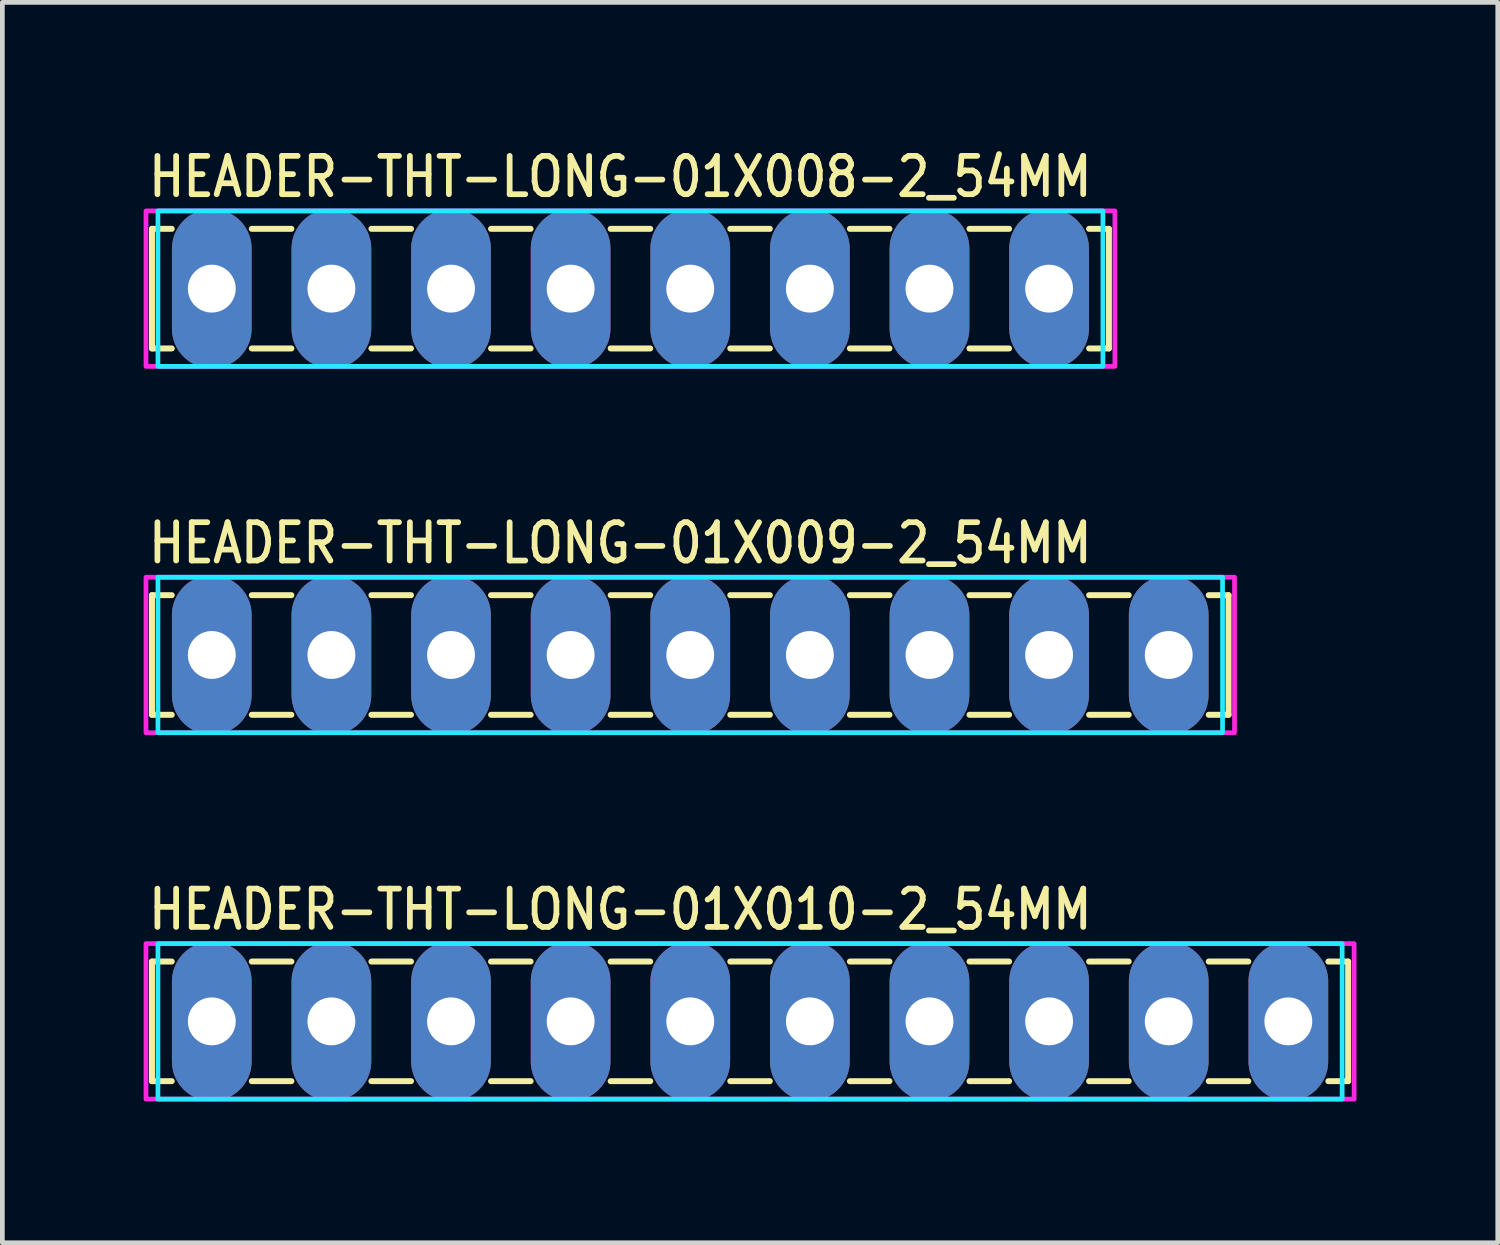
<source format=kicad_pcb>
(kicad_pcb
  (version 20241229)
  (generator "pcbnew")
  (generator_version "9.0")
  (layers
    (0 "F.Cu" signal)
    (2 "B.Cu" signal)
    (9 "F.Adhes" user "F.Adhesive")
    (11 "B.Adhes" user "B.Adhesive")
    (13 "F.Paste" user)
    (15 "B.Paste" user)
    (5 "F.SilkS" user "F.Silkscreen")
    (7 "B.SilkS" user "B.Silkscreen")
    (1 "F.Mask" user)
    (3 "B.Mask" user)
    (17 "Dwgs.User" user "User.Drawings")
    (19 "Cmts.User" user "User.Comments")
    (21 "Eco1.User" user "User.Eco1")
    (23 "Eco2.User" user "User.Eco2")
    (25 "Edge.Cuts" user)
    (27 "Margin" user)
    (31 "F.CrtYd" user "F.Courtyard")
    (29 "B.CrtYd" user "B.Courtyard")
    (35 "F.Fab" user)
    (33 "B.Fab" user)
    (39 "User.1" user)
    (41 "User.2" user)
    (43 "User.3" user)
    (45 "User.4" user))
  (footprint "HEADER-THT-LONG-01X008-2_54MM"
    (layer "F.Cu")
    (at 1.447 3.079)
    (property "Reference" "HEADER-THT-LONG-01X008-2_54MM" (at -1.4 -1.9 0) (unlocked yes) (layer "F.SilkS") (effects (font (size 0.813 0.695) (thickness 0.122)) (justify left bottom)))
    (fp_line (start -1.27 -1.27) (end -1.27 1.27) (stroke (width 0.127) (type solid)) (layer "F.SilkS"))
    (fp_line (start -1.27 1.27) (end -0.85 1.27) (stroke (width 0.127) (type solid)) (layer "F.SilkS"))
    (fp_line (start -0.85 -1.27) (end -1.27 -1.27) (stroke (width 0.127) (type solid)) (layer "F.SilkS"))
    (fp_line (start 0.85 -1.27) (end 1.69 -1.27) (stroke (width 0.127) (type solid)) (layer "F.SilkS"))
    (fp_line (start 0.85 1.27) (end 1.69 1.27) (stroke (width 0.127) (type solid)) (layer "F.SilkS"))
    (fp_line (start 3.39 -1.27) (end 4.23 -1.27) (stroke (width 0.127) (type solid)) (layer "F.SilkS"))
    (fp_line (start 3.39 1.27) (end 4.23 1.27) (stroke (width 0.127) (type solid)) (layer "F.SilkS"))
    (fp_line (start 5.93 -1.27) (end 6.77 -1.27) (stroke (width 0.127) (type solid)) (layer "F.SilkS"))
    (fp_line (start 5.93 1.27) (end 6.77 1.27) (stroke (width 0.127) (type solid)) (layer "F.SilkS"))
    (fp_line (start 8.47 -1.27) (end 9.31 -1.27) (stroke (width 0.127) (type solid)) (layer "F.SilkS"))
    (fp_line (start 8.47 1.27) (end 9.31 1.27) (stroke (width 0.127) (type solid)) (layer "F.SilkS"))
    (fp_line (start 11.01 -1.27) (end 11.85 -1.27) (stroke (width 0.127) (type solid)) (layer "F.SilkS"))
    (fp_line (start 11.01 1.27) (end 11.85 1.27) (stroke (width 0.127) (type solid)) (layer "F.SilkS"))
    (fp_line (start 13.55 -1.27) (end 14.39 -1.27) (stroke (width 0.127) (type solid)) (layer "F.SilkS"))
    (fp_line (start 13.55 1.27) (end 14.39 1.27) (stroke (width 0.127) (type solid)) (layer "F.SilkS"))
    (fp_line (start 16.09 -1.27) (end 16.93 -1.27) (stroke (width 0.127) (type solid)) (layer "F.SilkS"))
    (fp_line (start 16.09 1.27) (end 16.93 1.27) (stroke (width 0.127) (type solid)) (layer "F.SilkS"))
    (fp_line (start 18.63 -1.27) (end 19.05 -1.27) (stroke (width 0.127) (type solid)) (layer "F.SilkS"))
    (fp_line (start 19.05 -1.27) (end 19.05 1.27) (stroke (width 0.127) (type solid)) (layer "F.SilkS"))
    (fp_line (start 19.05 1.27) (end 18.63 1.27) (stroke (width 0.127) (type solid)) (layer "F.SilkS"))
    (fp_poly (pts (xy -1.143 -1.651) (xy 18.923 -1.651) (xy 18.923 1.651) (xy -1.143 1.651)) (stroke (width 0.1) (type solid)) (fill no) (layer "B.CrtYd"))
    (fp_poly (pts (xy -1.397 -1.651) (xy 19.177 -1.651) (xy 19.177 1.651) (xy -1.397 1.651)) (stroke (width 0.1) (type solid)) (fill no) (layer "F.CrtYd"))
    (pad "P$1" thru_hole oval (at 0 0 90) (size 3.387 1.693) (drill 1.016) (layers "*.Cu" "*.Mask"))
    (pad "P$2" thru_hole oval (at 2.54 0 90) (size 3.387 1.693) (drill 1.016) (layers "*.Cu" "*.Mask"))
    (pad "P$3" thru_hole oval (at 5.08 0 90) (size 3.387 1.693) (drill 1.016) (layers "*.Cu" "*.Mask"))
    (pad "P$4" thru_hole oval (at 7.62 0 90) (size 3.387 1.693) (drill 1.016) (layers "*.Cu" "*.Mask"))
    (pad "P$5" thru_hole oval (at 10.16 0 90) (size 3.387 1.693) (drill 1.016) (layers "*.Cu" "*.Mask"))
    (pad "P$6" thru_hole oval (at 12.7 0 90) (size 3.387 1.693) (drill 1.016) (layers "*.Cu" "*.Mask"))
    (pad "P$7" thru_hole oval (at 15.24 0 90) (size 3.387 1.693) (drill 1.016) (layers "*.Cu" "*.Mask"))
    (pad "P$8" thru_hole oval (at 17.78 0 90) (size 3.387 1.693) (drill 1.016) (layers "*.Cu" "*.Mask")))
  (footprint "HEADER-THT-LONG-01X010-2_54MM"
    (layer "F.Cu")
    (at 1.447 18.638)
    (property "Reference" "HEADER-THT-LONG-01X010-2_54MM" (at -1.4 -1.9 0) (unlocked yes) (layer "F.SilkS") (effects (font (size 0.813 0.695) (thickness 0.122)) (justify left bottom)))
    (fp_line (start -1.27 -1.27) (end -1.27 1.27) (stroke (width 0.127) (type solid)) (layer "F.SilkS"))
    (fp_line (start -1.27 1.27) (end -0.85 1.27) (stroke (width 0.127) (type solid)) (layer "F.SilkS"))
    (fp_line (start -0.85 -1.27) (end -1.27 -1.27) (stroke (width 0.127) (type solid)) (layer "F.SilkS"))
    (fp_line (start 0.85 -1.27) (end 1.69 -1.27) (stroke (width 0.127) (type solid)) (layer "F.SilkS"))
    (fp_line (start 0.85 1.27) (end 1.69 1.27) (stroke (width 0.127) (type solid)) (layer "F.SilkS"))
    (fp_line (start 3.39 -1.27) (end 4.23 -1.27) (stroke (width 0.127) (type solid)) (layer "F.SilkS"))
    (fp_line (start 3.39 1.27) (end 4.23 1.27) (stroke (width 0.127) (type solid)) (layer "F.SilkS"))
    (fp_line (start 5.93 -1.27) (end 6.77 -1.27) (stroke (width 0.127) (type solid)) (layer "F.SilkS"))
    (fp_line (start 5.93 1.27) (end 6.77 1.27) (stroke (width 0.127) (type solid)) (layer "F.SilkS"))
    (fp_line (start 8.47 -1.27) (end 9.31 -1.27) (stroke (width 0.127) (type solid)) (layer "F.SilkS"))
    (fp_line (start 8.47 1.27) (end 9.31 1.27) (stroke (width 0.127) (type solid)) (layer "F.SilkS"))
    (fp_line (start 11.01 -1.27) (end 11.85 -1.27) (stroke (width 0.127) (type solid)) (layer "F.SilkS"))
    (fp_line (start 11.01 1.27) (end 11.85 1.27) (stroke (width 0.127) (type solid)) (layer "F.SilkS"))
    (fp_line (start 13.55 -1.27) (end 14.39 -1.27) (stroke (width 0.127) (type solid)) (layer "F.SilkS"))
    (fp_line (start 13.55 1.27) (end 14.39 1.27) (stroke (width 0.127) (type solid)) (layer "F.SilkS"))
    (fp_line (start 16.09 -1.27) (end 16.93 -1.27) (stroke (width 0.127) (type solid)) (layer "F.SilkS"))
    (fp_line (start 16.09 1.27) (end 16.93 1.27) (stroke (width 0.127) (type solid)) (layer "F.SilkS"))
    (fp_line (start 18.63 -1.27) (end 19.47 -1.27) (stroke (width 0.127) (type solid)) (layer "F.SilkS"))
    (fp_line (start 18.63 1.27) (end 19.47 1.27) (stroke (width 0.127) (type solid)) (layer "F.SilkS"))
    (fp_line (start 21.17 -1.27) (end 22.01 -1.27) (stroke (width 0.127) (type solid)) (layer "F.SilkS"))
    (fp_line (start 21.17 1.27) (end 22.01 1.27) (stroke (width 0.127) (type solid)) (layer "F.SilkS"))
    (fp_line (start 23.71 -1.27) (end 24.13 -1.27) (stroke (width 0.127) (type solid)) (layer "F.SilkS"))
    (fp_line (start 24.13 -1.27) (end 24.13 1.27) (stroke (width 0.127) (type solid)) (layer "F.SilkS"))
    (fp_line (start 24.13 1.27) (end 23.71 1.27) (stroke (width 0.127) (type solid)) (layer "F.SilkS"))
    (fp_poly (pts (xy -1.143 -1.651) (xy 24.003 -1.651) (xy 24.003 1.651) (xy -1.143 1.651)) (stroke (width 0.1) (type solid)) (fill no) (layer "B.CrtYd"))
    (fp_poly (pts (xy -1.397 -1.651) (xy 24.257 -1.651) (xy 24.257 1.651) (xy -1.397 1.651)) (stroke (width 0.1) (type solid)) (fill no) (layer "F.CrtYd"))
    (pad "P$1" thru_hole oval (at 0 0 90) (size 3.387 1.693) (drill 1.016) (layers "*.Cu" "*.Mask"))
    (pad "P$2" thru_hole oval (at 2.54 0 90) (size 3.387 1.693) (drill 1.016) (layers "*.Cu" "*.Mask"))
    (pad "P$3" thru_hole oval (at 5.08 0 90) (size 3.387 1.693) (drill 1.016) (layers "*.Cu" "*.Mask"))
    (pad "P$4" thru_hole oval (at 7.62 0 90) (size 3.387 1.693) (drill 1.016) (layers "*.Cu" "*.Mask"))
    (pad "P$5" thru_hole oval (at 10.16 0 90) (size 3.387 1.693) (drill 1.016) (layers "*.Cu" "*.Mask"))
    (pad "P$6" thru_hole oval (at 12.7 0 90) (size 3.387 1.693) (drill 1.016) (layers "*.Cu" "*.Mask"))
    (pad "P$7" thru_hole oval (at 15.24 0 90) (size 3.387 1.693) (drill 1.016) (layers "*.Cu" "*.Mask"))
    (pad "P$8" thru_hole oval (at 17.78 0 90) (size 3.387 1.693) (drill 1.016) (layers "*.Cu" "*.Mask"))
    (pad "P$9" thru_hole oval (at 20.32 0 90) (size 3.387 1.693) (drill 1.016) (layers "*.Cu" "*.Mask"))
    (pad "P$10" thru_hole oval (at 22.86 0 90) (size 3.387 1.693) (drill 1.016) (layers "*.Cu" "*.Mask")))
  (footprint "HEADER-THT-LONG-01X009-2_54MM"
    (layer "F.Cu")
    (at 1.447 10.858)
    (property "Reference" "HEADER-THT-LONG-01X009-2_54MM" (at -1.4 -1.9 0) (unlocked yes) (layer "F.SilkS") (effects (font (size 0.813 0.695) (thickness 0.122)) (justify left bottom)))
    (fp_line (start -1.27 -1.27) (end -1.27 1.27) (stroke (width 0.127) (type solid)) (layer "F.SilkS"))
    (fp_line (start -1.27 1.27) (end -0.85 1.27) (stroke (width 0.127) (type solid)) (layer "F.SilkS"))
    (fp_line (start -0.85 -1.27) (end -1.27 -1.27) (stroke (width 0.127) (type solid)) (layer "F.SilkS"))
    (fp_line (start 0.85 -1.27) (end 1.69 -1.27) (stroke (width 0.127) (type solid)) (layer "F.SilkS"))
    (fp_line (start 0.85 1.27) (end 1.69 1.27) (stroke (width 0.127) (type solid)) (layer "F.SilkS"))
    (fp_line (start 3.39 -1.27) (end 4.23 -1.27) (stroke (width 0.127) (type solid)) (layer "F.SilkS"))
    (fp_line (start 3.39 1.27) (end 4.23 1.27) (stroke (width 0.127) (type solid)) (layer "F.SilkS"))
    (fp_line (start 5.93 -1.27) (end 6.77 -1.27) (stroke (width 0.127) (type solid)) (layer "F.SilkS"))
    (fp_line (start 5.93 1.27) (end 6.77 1.27) (stroke (width 0.127) (type solid)) (layer "F.SilkS"))
    (fp_line (start 8.47 -1.27) (end 9.31 -1.27) (stroke (width 0.127) (type solid)) (layer "F.SilkS"))
    (fp_line (start 8.47 1.27) (end 9.31 1.27) (stroke (width 0.127) (type solid)) (layer "F.SilkS"))
    (fp_line (start 11.01 -1.27) (end 11.85 -1.27) (stroke (width 0.127) (type solid)) (layer "F.SilkS"))
    (fp_line (start 11.01 1.27) (end 11.85 1.27) (stroke (width 0.127) (type solid)) (layer "F.SilkS"))
    (fp_line (start 13.55 -1.27) (end 14.39 -1.27) (stroke (width 0.127) (type solid)) (layer "F.SilkS"))
    (fp_line (start 13.55 1.27) (end 14.39 1.27) (stroke (width 0.127) (type solid)) (layer "F.SilkS"))
    (fp_line (start 16.09 -1.27) (end 16.93 -1.27) (stroke (width 0.127) (type solid)) (layer "F.SilkS"))
    (fp_line (start 16.09 1.27) (end 16.93 1.27) (stroke (width 0.127) (type solid)) (layer "F.SilkS"))
    (fp_line (start 18.63 -1.27) (end 19.47 -1.27) (stroke (width 0.127) (type solid)) (layer "F.SilkS"))
    (fp_line (start 18.63 1.27) (end 19.47 1.27) (stroke (width 0.127) (type solid)) (layer "F.SilkS"))
    (fp_line (start 21.17 -1.27) (end 21.59 -1.27) (stroke (width 0.127) (type solid)) (layer "F.SilkS"))
    (fp_line (start 21.59 -1.27) (end 21.59 1.27) (stroke (width 0.127) (type solid)) (layer "F.SilkS"))
    (fp_line (start 21.59 1.27) (end 21.17 1.27) (stroke (width 0.127) (type solid)) (layer "F.SilkS"))
    (fp_poly (pts (xy -1.143 -1.651) (xy 21.463 -1.651) (xy 21.463 1.651) (xy -1.143 1.651)) (stroke (width 0.1) (type solid)) (fill no) (layer "B.CrtYd"))
    (fp_poly (pts (xy -1.397 -1.651) (xy 21.717 -1.651) (xy 21.717 1.651) (xy -1.397 1.651)) (stroke (width 0.1) (type solid)) (fill no) (layer "F.CrtYd"))
    (pad "P$1" thru_hole oval (at 0 0 90) (size 3.387 1.693) (drill 1.016) (layers "*.Cu" "*.Mask"))
    (pad "P$2" thru_hole oval (at 2.54 0 90) (size 3.387 1.693) (drill 1.016) (layers "*.Cu" "*.Mask"))
    (pad "P$3" thru_hole oval (at 5.08 0 90) (size 3.387 1.693) (drill 1.016) (layers "*.Cu" "*.Mask"))
    (pad "P$4" thru_hole oval (at 7.62 0 90) (size 3.387 1.693) (drill 1.016) (layers "*.Cu" "*.Mask"))
    (pad "P$5" thru_hole oval (at 10.16 0 90) (size 3.387 1.693) (drill 1.016) (layers "*.Cu" "*.Mask"))
    (pad "P$6" thru_hole oval (at 12.7 0 90) (size 3.387 1.693) (drill 1.016) (layers "*.Cu" "*.Mask"))
    (pad "P$7" thru_hole oval (at 15.24 0 90) (size 3.387 1.693) (drill 1.016) (layers "*.Cu" "*.Mask"))
    (pad "P$8" thru_hole oval (at 17.78 0 90) (size 3.387 1.693) (drill 1.016) (layers "*.Cu" "*.Mask"))
    (pad "P$9" thru_hole oval (at 20.32 0 90) (size 3.387 1.693) (drill 1.016) (layers "*.Cu" "*.Mask")))
  (gr_rect
    (start -3 -3)
    (end 28.754 23.339)
    (stroke (width 0.1) (type default))
    (fill no)
    (layer "Edge.Cuts")))
</source>
